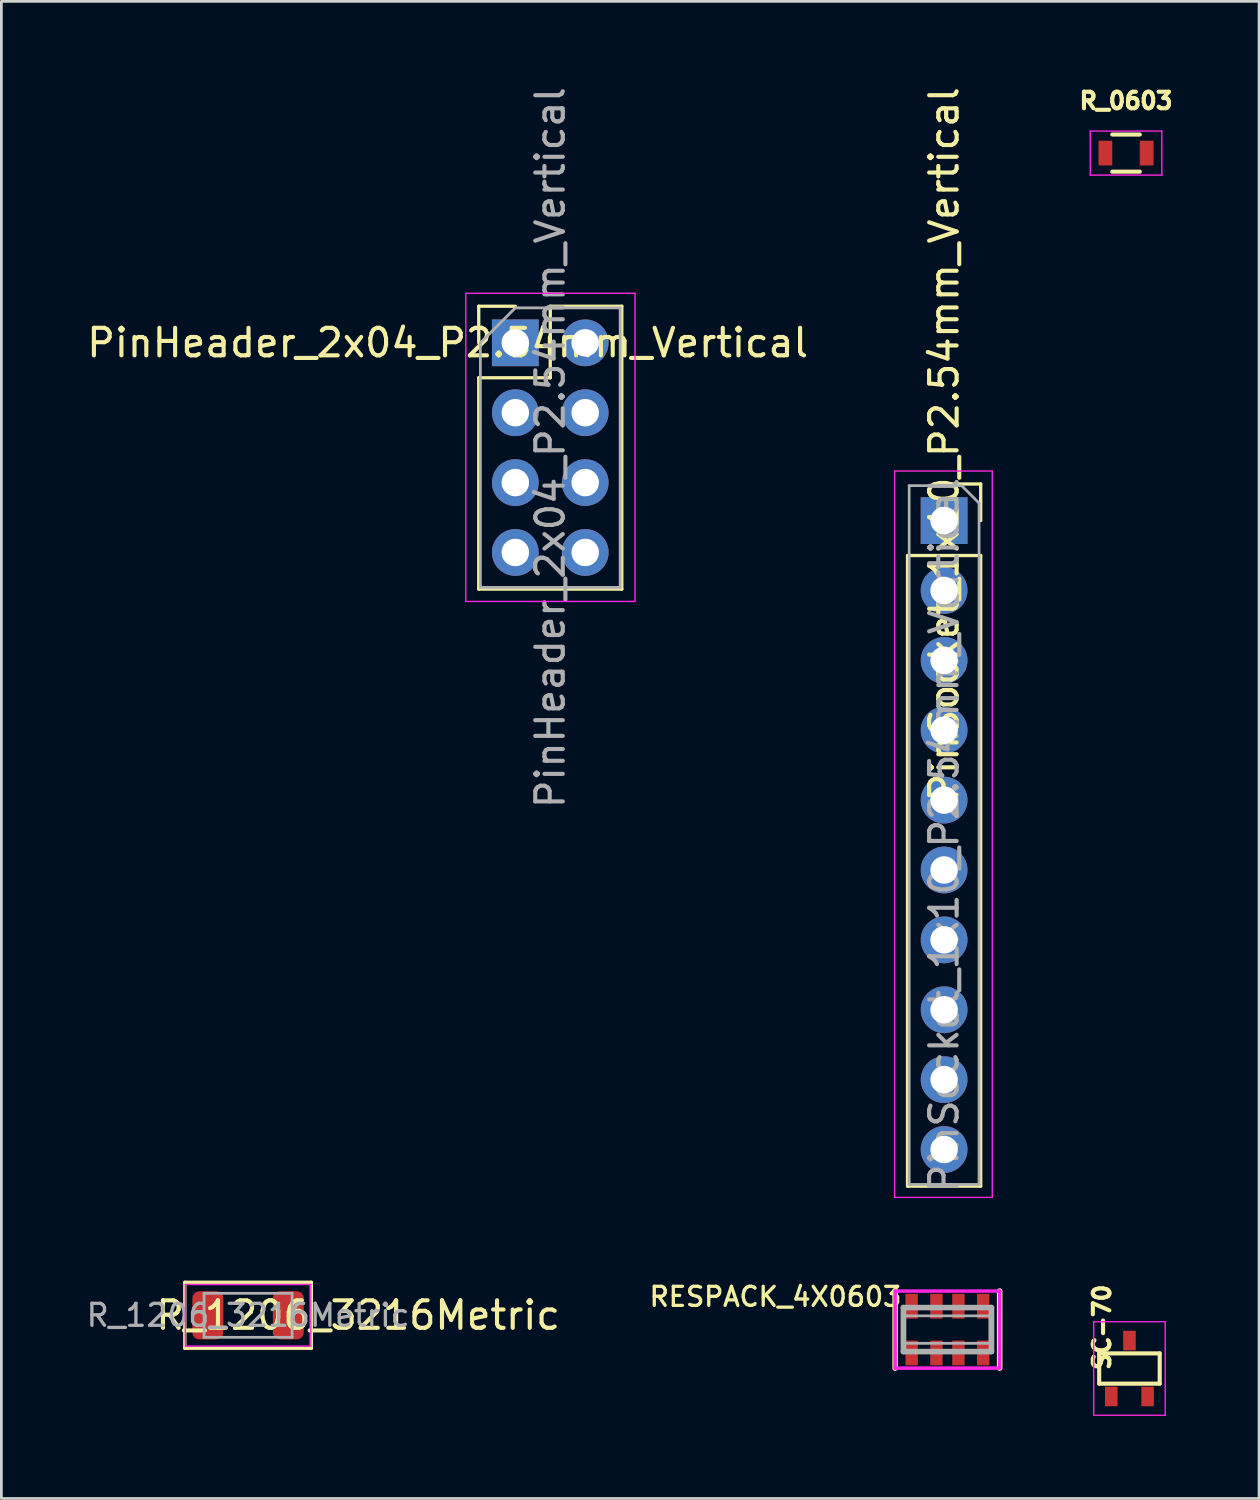
<source format=kicad_pcb>
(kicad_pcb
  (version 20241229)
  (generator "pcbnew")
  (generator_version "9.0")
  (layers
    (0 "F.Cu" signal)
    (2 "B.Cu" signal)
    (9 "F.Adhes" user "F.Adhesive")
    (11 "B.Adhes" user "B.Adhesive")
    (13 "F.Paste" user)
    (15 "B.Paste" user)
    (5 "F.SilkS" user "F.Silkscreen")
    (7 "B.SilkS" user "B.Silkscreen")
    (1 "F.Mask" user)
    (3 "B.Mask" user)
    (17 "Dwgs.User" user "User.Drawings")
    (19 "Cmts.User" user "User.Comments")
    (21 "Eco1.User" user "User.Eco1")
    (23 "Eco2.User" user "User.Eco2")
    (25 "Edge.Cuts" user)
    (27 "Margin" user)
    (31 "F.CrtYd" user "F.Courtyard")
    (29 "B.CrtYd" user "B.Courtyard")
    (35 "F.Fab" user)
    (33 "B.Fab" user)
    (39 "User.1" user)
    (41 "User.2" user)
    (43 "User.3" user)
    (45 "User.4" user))
  (footprint "R_1206_3216Metric"
    (layer "F.Cu")
    (at 5.967 44.756)
    (property "Reference" "R_1206_3216Metric" (at 4 0 0) (layer "F.SilkS") (effects (font (size 1 1) (thickness 0.15))))
    (attr smd)
    (fp_line (start -2.3 -1.2) (end -2.3 1.2) (stroke (width 0.12) (type solid)) (layer "F.SilkS"))
    (fp_line (start -2.3 1.2) (end 2.3 1.2) (stroke (width 0.12) (type solid)) (layer "F.SilkS"))
    (fp_line (start 2.3 -1.2) (end -2.3 -1.2) (stroke (width 0.12) (type solid)) (layer "F.SilkS"))
    (fp_line (start 2.3 1.2) (end 2.3 -1.2) (stroke (width 0.12) (type solid)) (layer "F.SilkS"))
    (fp_line (start -2.28 -1.12) (end 2.28 -1.12) (stroke (width 0.05) (type solid)) (layer "F.CrtYd"))
    (fp_line (start -2.28 1.12) (end -2.28 -1.12) (stroke (width 0.05) (type solid)) (layer "F.CrtYd"))
    (fp_line (start 2.28 -1.12) (end 2.28 1.12) (stroke (width 0.05) (type solid)) (layer "F.CrtYd"))
    (fp_line (start 2.28 1.12) (end -2.28 1.12) (stroke (width 0.05) (type solid)) (layer "F.CrtYd"))
    (fp_line (start -1.6 -0.8) (end 1.6 -0.8) (stroke (width 0.1) (type solid)) (layer "F.Fab"))
    (fp_line (start -1.6 0.8) (end -1.6 -0.8) (stroke (width 0.1) (type solid)) (layer "F.Fab"))
    (fp_line (start 1.6 -0.8) (end 1.6 0.8) (stroke (width 0.1) (type solid)) (layer "F.Fab"))
    (fp_line (start 1.6 0.8) (end -1.6 0.8) (stroke (width 0.1) (type solid)) (layer "F.Fab"))
    (fp_text user "${REFERENCE}" (at 0 0 0) (layer "F.Fab") (effects (font (size 0.8 0.8) (thickness 0.12))))
    (pad "1" smd roundrect (at -1.462 0 180) (size 1.125 1.75) (layers "F.Cu" "F.Mask" "F.Paste") (roundrect_rratio 0.222))
    (pad "2" smd roundrect (at 1.462 0 180) (size 1.125 1.75) (layers "F.Cu" "F.Mask" "F.Paste") (roundrect_rratio 0.222)))
  (footprint "R_0603"
    (layer "F.Cu")
    (at 37.877 2.514)
    (property "Reference" "R_0603" (at 0 -1.9 0) (layer "F.SilkS") (effects (font (size 0.6 0.6) (thickness 0.15))))
    (attr smd)
    (fp_line (start -0.5 -0.675) (end 0.5 -0.675) (stroke (width 0.15) (type solid)) (layer "F.SilkS"))
    (fp_line (start 0.5 0.675) (end -0.5 0.675) (stroke (width 0.15) (type solid)) (layer "F.SilkS"))
    (fp_line (start -1.3 -0.8) (end -1.3 0.8) (stroke (width 0.05) (type solid)) (layer "F.CrtYd"))
    (fp_line (start -1.3 -0.8) (end 1.3 -0.8) (stroke (width 0.05) (type solid)) (layer "F.CrtYd"))
    (fp_line (start -1.3 0.8) (end 1.3 0.8) (stroke (width 0.05) (type solid)) (layer "F.CrtYd"))
    (fp_line (start 1.3 -0.8) (end 1.3 0.8) (stroke (width 0.05) (type solid)) (layer "F.CrtYd"))
    (pad "1" smd rect (at -0.75 0) (size 0.5 0.9) (layers "F.Cu" "F.Mask" "F.Paste"))
    (pad "2" smd rect (at 0.75 0) (size 0.5 0.9) (layers "F.Cu" "F.Mask" "F.Paste")))
  (footprint "PinHeader_2x04_P2.54mm_Vertical"
    (layer "F.Cu")
    (at 15.68 9.41)
    (property "Reference" "PinHeader_2x04_P2.54mm_Vertical" (at -2.46 0 0) (layer "F.SilkS") (effects (font (size 1 1) (thickness 0.15))))
    (attr through_hole)
    (fp_line (start -1.33 -1.33) (end 0 -1.33) (stroke (width 0.12) (type solid)) (layer "F.SilkS"))
    (fp_line (start -1.33 0) (end -1.33 -1.33) (stroke (width 0.12) (type solid)) (layer "F.SilkS"))
    (fp_line (start -1.33 1.27) (end -1.33 8.95) (stroke (width 0.12) (type solid)) (layer "F.SilkS"))
    (fp_line (start -1.33 1.27) (end 1.27 1.27) (stroke (width 0.12) (type solid)) (layer "F.SilkS"))
    (fp_line (start -1.33 8.95) (end 3.87 8.95) (stroke (width 0.12) (type solid)) (layer "F.SilkS"))
    (fp_line (start 1.27 -1.33) (end 3.87 -1.33) (stroke (width 0.12) (type solid)) (layer "F.SilkS"))
    (fp_line (start 1.27 1.27) (end 1.27 -1.33) (stroke (width 0.12) (type solid)) (layer "F.SilkS"))
    (fp_line (start 3.87 -1.33) (end 3.87 8.95) (stroke (width 0.12) (type solid)) (layer "F.SilkS"))
    (fp_line (start -1.8 -1.8) (end -1.8 9.4) (stroke (width 0.05) (type solid)) (layer "F.CrtYd"))
    (fp_line (start -1.8 9.4) (end 4.35 9.4) (stroke (width 0.05) (type solid)) (layer "F.CrtYd"))
    (fp_line (start 4.35 -1.8) (end -1.8 -1.8) (stroke (width 0.05) (type solid)) (layer "F.CrtYd"))
    (fp_line (start 4.35 9.4) (end 4.35 -1.8) (stroke (width 0.05) (type solid)) (layer "F.CrtYd"))
    (fp_line (start -1.27 0) (end 0 -1.27) (stroke (width 0.1) (type solid)) (layer "F.Fab"))
    (fp_line (start -1.27 8.89) (end -1.27 0) (stroke (width 0.1) (type solid)) (layer "F.Fab"))
    (fp_line (start 0 -1.27) (end 3.81 -1.27) (stroke (width 0.1) (type solid)) (layer "F.Fab"))
    (fp_line (start 3.81 -1.27) (end 3.81 8.89) (stroke (width 0.1) (type solid)) (layer "F.Fab"))
    (fp_line (start 3.81 8.89) (end -1.27 8.89) (stroke (width 0.1) (type solid)) (layer "F.Fab"))
    (fp_text user "${REFERENCE}" (at 1.27 3.81 90) (layer "F.Fab") (effects (font (size 1 1) (thickness 0.15))))
    (pad "1" thru_hole rect (at 0 0) (size 1.7 1.7) (drill 1) (layers "*.Cu" "*.Mask"))
    (pad "2" thru_hole oval (at 2.54 0) (size 1.7 1.7) (drill 1) (layers "*.Cu" "*.Mask"))
    (pad "3" thru_hole oval (at 0 2.54) (size 1.7 1.7) (drill 1) (layers "*.Cu" "*.Mask"))
    (pad "4" thru_hole oval (at 2.54 2.54) (size 1.7 1.7) (drill 1) (layers "*.Cu" "*.Mask"))
    (pad "5" thru_hole oval (at 0 5.08) (size 1.7 1.7) (drill 1) (layers "*.Cu" "*.Mask"))
    (pad "6" thru_hole oval (at 2.54 5.08) (size 1.7 1.7) (drill 1) (layers "*.Cu" "*.Mask"))
    (pad "7" thru_hole oval (at 0 7.62) (size 1.7 1.7) (drill 1) (layers "*.Cu" "*.Mask"))
    (pad "8" thru_hole oval (at 2.54 7.62) (size 1.7 1.7) (drill 1) (layers "*.Cu" "*.Mask")))
  (footprint "SC-70"
    (layer "F.Cu")
    (at 38.001 46.69)
    (property "Reference" "SC-70" (at -1 -1.5 90) (layer "F.SilkS") (effects (font (size 0.6 0.6) (thickness 0.15))))
    (attr smd)
    (fp_line (start -1.1 -0.55) (end -1.1 0.55) (stroke (width 0.15) (type solid)) (layer "F.SilkS"))
    (fp_line (start -1.1 0.55) (end 1.1 0.55) (stroke (width 0.15) (type solid)) (layer "F.SilkS"))
    (fp_line (start -1.05 -0.55) (end -1.1 -0.55) (stroke (width 0.15) (type solid)) (layer "F.SilkS"))
    (fp_line (start 1.1 -0.55) (end -1.05 -0.55) (stroke (width 0.15) (type solid)) (layer "F.SilkS"))
    (fp_line (start 1.1 0.55) (end 1.1 -0.55) (stroke (width 0.15) (type solid)) (layer "F.SilkS"))
    (fp_line (start -1.3 -1.7) (end 1.3 -1.7) (stroke (width 0.05) (type solid)) (layer "F.CrtYd"))
    (fp_line (start -1.3 1.7) (end -1.3 -1.7) (stroke (width 0.05) (type solid)) (layer "F.CrtYd"))
    (fp_line (start 1.3 -1.7) (end 1.3 1.7) (stroke (width 0.05) (type solid)) (layer "F.CrtYd"))
    (fp_line (start 1.3 1.7) (end -1.3 1.7) (stroke (width 0.05) (type solid)) (layer "F.CrtYd"))
    (pad "1" smd rect (at -0.66 1.016) (size 0.457 0.711) (layers "F.Cu" "F.Mask" "F.Paste"))
    (pad "2" smd rect (at 0.66 1.016) (size 0.457 0.711) (layers "F.Cu" "F.Mask" "F.Paste"))
    (pad "3" smd rect (at 0 -1.016) (size 0.457 0.711) (layers "F.Cu" "F.Mask" "F.Paste")))
  (footprint "PinSocket_1x10_P2.54mm_Vertical"
    (layer "F.Cu")
    (at 31.265 15.871)
    (property "Reference" "PinSocket_1x10_P2.54mm_Vertical" (at 0 -2.77 90) (layer "F.SilkS") (effects (font (size 1 1) (thickness 0.15))))
    (attr through_hole)
    (fp_line (start -1.33 1.27) (end -1.33 24.19) (stroke (width 0.12) (type solid)) (layer "F.SilkS"))
    (fp_line (start -1.33 1.27) (end 1.33 1.27) (stroke (width 0.12) (type solid)) (layer "F.SilkS"))
    (fp_line (start -1.33 24.19) (end 1.33 24.19) (stroke (width 0.12) (type solid)) (layer "F.SilkS"))
    (fp_line (start 0 -1.33) (end 1.33 -1.33) (stroke (width 0.12) (type solid)) (layer "F.SilkS"))
    (fp_line (start 1.33 -1.33) (end 1.33 0) (stroke (width 0.12) (type solid)) (layer "F.SilkS"))
    (fp_line (start 1.33 1.27) (end 1.33 24.19) (stroke (width 0.12) (type solid)) (layer "F.SilkS"))
    (fp_line (start -1.8 -1.8) (end 1.75 -1.8) (stroke (width 0.05) (type solid)) (layer "F.CrtYd"))
    (fp_line (start -1.8 24.6) (end -1.8 -1.8) (stroke (width 0.05) (type solid)) (layer "F.CrtYd"))
    (fp_line (start 1.75 -1.8) (end 1.75 24.6) (stroke (width 0.05) (type solid)) (layer "F.CrtYd"))
    (fp_line (start 1.75 24.6) (end -1.8 24.6) (stroke (width 0.05) (type solid)) (layer "F.CrtYd"))
    (fp_line (start -1.27 -1.27) (end 0.635 -1.27) (stroke (width 0.1) (type solid)) (layer "F.Fab"))
    (fp_line (start -1.27 24.13) (end -1.27 -1.27) (stroke (width 0.1) (type solid)) (layer "F.Fab"))
    (fp_line (start 0.635 -1.27) (end 1.27 -0.635) (stroke (width 0.1) (type solid)) (layer "F.Fab"))
    (fp_line (start 1.27 -0.635) (end 1.27 24.13) (stroke (width 0.1) (type solid)) (layer "F.Fab"))
    (fp_line (start 1.27 24.13) (end -1.27 24.13) (stroke (width 0.1) (type solid)) (layer "F.Fab"))
    (fp_text user "${REFERENCE}" (at 0 11.43 90) (layer "F.Fab") (effects (font (size 1 1) (thickness 0.15))))
    (pad "1" thru_hole rect (at 0 0) (size 1.7 1.7) (drill 1) (layers "*.Cu" "*.Mask"))
    (pad "2" thru_hole oval (at 0 2.54) (size 1.7 1.7) (drill 1) (layers "*.Cu" "*.Mask"))
    (pad "3" thru_hole oval (at 0 5.08) (size 1.7 1.7) (drill 1) (layers "*.Cu" "*.Mask"))
    (pad "4" thru_hole oval (at 0 7.62) (size 1.7 1.7) (drill 1) (layers "*.Cu" "*.Mask"))
    (pad "5" thru_hole oval (at 0 10.16) (size 1.7 1.7) (drill 1) (layers "*.Cu" "*.Mask"))
    (pad "6" thru_hole oval (at 0 12.7) (size 1.7 1.7) (drill 1) (layers "*.Cu" "*.Mask"))
    (pad "7" thru_hole oval (at 0 15.24) (size 1.7 1.7) (drill 1) (layers "*.Cu" "*.Mask"))
    (pad "8" thru_hole oval (at 0 17.78) (size 1.7 1.7) (drill 1) (layers "*.Cu" "*.Mask"))
    (pad "9" thru_hole oval (at 0 20.32) (size 1.7 1.7) (drill 1) (layers "*.Cu" "*.Mask"))
    (pad "10" thru_hole oval (at 0 22.86) (size 1.7 1.7) (drill 1) (layers "*.Cu" "*.Mask")))
  (footprint "RESPACK_4X0603"
    (layer "F.Cu")
    (at 31.385 45.275)
    (property "Reference" "RESPACK_4X0603" (at -1.6 -1.6 180) (layer "F.SilkS") (effects (font (size 0.693 0.693) (thickness 0.12)) (justify right top)))
    (fp_line (start -1.9 1.4) (end -1.9 -1.4) (stroke (width 0.203) (type solid)) (layer "F.SilkS"))
    (fp_line (start 1.9 -1.4) (end 1.9 1.4) (stroke (width 0.203) (type solid)) (layer "F.SilkS"))
    (fp_line (start -1.9 -1.4) (end 1.9 -1.4) (stroke (width 0.127) (type solid)) (layer "F.CrtYd"))
    (fp_line (start -1.9 1.4) (end -1.9 -1.4) (stroke (width 0.127) (type solid)) (layer "F.CrtYd"))
    (fp_line (start -1.9 1.4) (end 1.9 1.4) (stroke (width 0.127) (type solid)) (layer "F.CrtYd"))
    (fp_line (start 1.9 -1.4) (end 1.9 1.4) (stroke (width 0.127) (type solid)) (layer "F.CrtYd"))
    (fp_line (start -1.6 -0.8) (end 1.6 -0.8) (stroke (width 0.203) (type solid)) (layer "F.Fab"))
    (fp_line (start -1.6 0.8) (end -1.6 -0.8) (stroke (width 0.203) (type solid)) (layer "F.Fab"))
    (fp_line (start 1.6 -0.8) (end 1.6 0.8) (stroke (width 0.203) (type solid)) (layer "F.Fab"))
    (fp_line (start 1.6 0.8) (end -1.6 0.8) (stroke (width 0.203) (type solid)) (layer "F.Fab"))
    (fp_poly (pts (xy -1.55 0.5) (xy 1.55 0.5) (xy 1.55 -0.5) (xy -1.55 -0.5)) (stroke (width 0.1) (type default)) (fill no) (layer "F.Fab"))
    (pad "1" smd rect (at -1.3 0.85) (size 0.45 0.9) (layers "F.Cu" "F.Mask" "F.Paste"))
    (pad "2" smd rect (at -0.4 0.85) (size 0.45 0.9) (layers "F.Cu" "F.Mask" "F.Paste"))
    (pad "3" smd rect (at 0.4 0.85) (size 0.45 0.9) (layers "F.Cu" "F.Mask" "F.Paste"))
    (pad "4" smd rect (at 1.3 0.85) (size 0.45 0.9) (layers "F.Cu" "F.Mask" "F.Paste"))
    (pad "5" smd rect (at 1.3 -0.85) (size 0.45 0.9) (layers "F.Cu" "F.Mask" "F.Paste"))
    (pad "6" smd rect (at 0.4 -0.85) (size 0.45 0.9) (layers "F.Cu" "F.Mask" "F.Paste"))
    (pad "7" smd rect (at -0.4 -0.85) (size 0.45 0.9) (layers "F.Cu" "F.Mask" "F.Paste"))
    (pad "8" smd rect (at -1.3 -0.85) (size 0.45 0.9) (layers "F.Cu" "F.Mask" "F.Paste")))
  (gr_rect
    (start -3 -3)
    (end 42.713 51.415)
    (stroke (width 0.1) (type default))
    (fill no)
    (layer "Edge.Cuts")))
</source>
